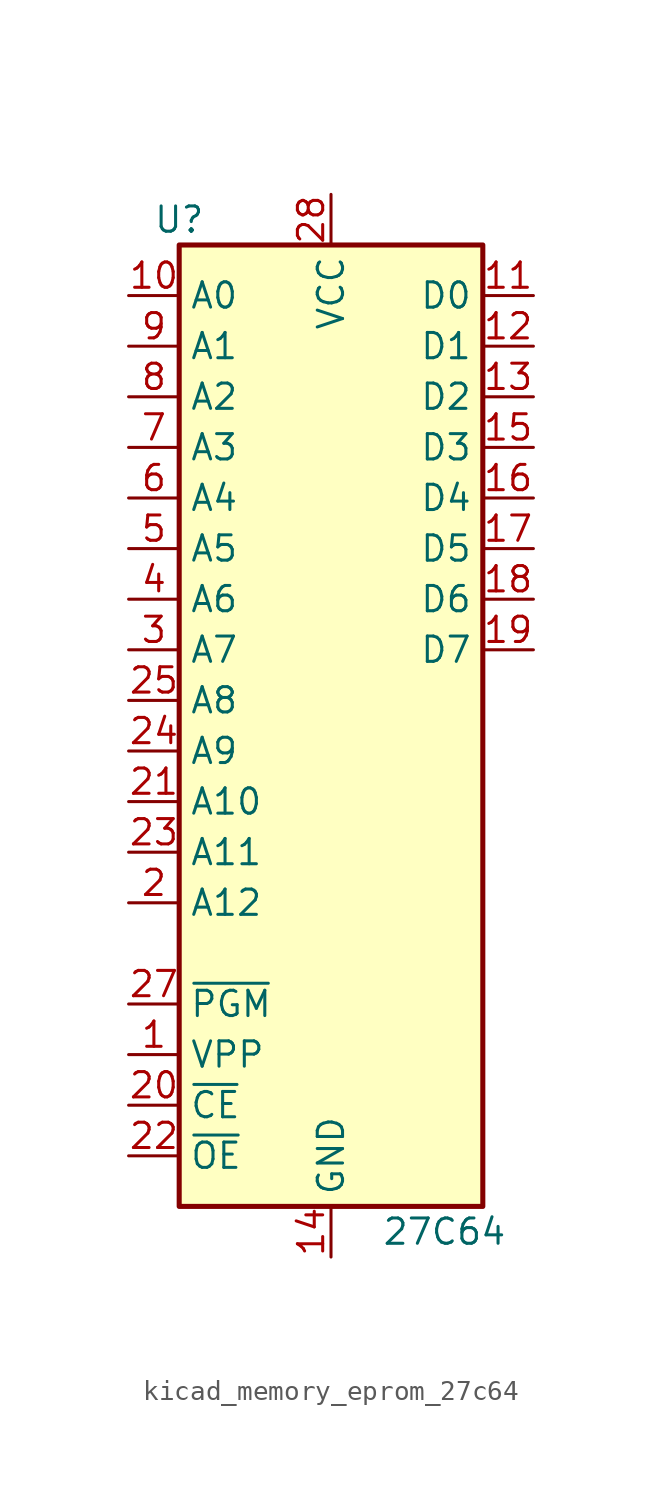
<source format=kicad_sym>
(kicad_symbol_lib
  (version 20220914)
  (generator kicad_symbol_editor)
  (symbol "kicad_memory_eprom_27c64"
    (property "Reference" "U"
      (at -7.62 24.13 0)
      (effects (font (size 1.27 1.27))))
    (property "Value" "27C64"
      (at 2.54 -26.67 0)
      (effects (font (size 1.27 1.27)) (justify left)))
    (symbol "kicad_memory_eprom_27c64_1_1"
      (rectangle (start -7.62 22.86) (end 7.62 -25.4) (stroke (width 0.254) (type default)) (fill (type background)))
      (pin input line (at -10.16 -17.78 0) (length 2.54) (name "VPP" (effects (font (size 1.27 1.27)))) (number "1" (effects (font (size 1.27 1.27)))))
      (pin input line (at -10.16 20.32 0) (length 2.54) (name "A0" (effects (font (size 1.27 1.27)))) (number "10" (effects (font (size 1.27 1.27)))))
      (pin tri_state line (at 10.16 20.32 180) (length 2.54) (name "D0" (effects (font (size 1.27 1.27)))) (number "11" (effects (font (size 1.27 1.27)))))
      (pin tri_state line (at 10.16 17.78 180) (length 2.54) (name "D1" (effects (font (size 1.27 1.27)))) (number "12" (effects (font (size 1.27 1.27)))))
      (pin tri_state line (at 10.16 15.24 180) (length 2.54) (name "D2" (effects (font (size 1.27 1.27)))) (number "13" (effects (font (size 1.27 1.27)))))
      (pin power_in line (at 0 -27.94 90) (length 2.54) (name "GND" (effects (font (size 1.27 1.27)))) (number "14" (effects (font (size 1.27 1.27)))))
      (pin tri_state line (at 10.16 12.7 180) (length 2.54) (name "D3" (effects (font (size 1.27 1.27)))) (number "15" (effects (font (size 1.27 1.27)))))
      (pin tri_state line (at 10.16 10.16 180) (length 2.54) (name "D4" (effects (font (size 1.27 1.27)))) (number "16" (effects (font (size 1.27 1.27)))))
      (pin tri_state line (at 10.16 7.62 180) (length 2.54) (name "D5" (effects (font (size 1.27 1.27)))) (number "17" (effects (font (size 1.27 1.27)))))
      (pin tri_state line (at 10.16 5.08 180) (length 2.54) (name "D6" (effects (font (size 1.27 1.27)))) (number "18" (effects (font (size 1.27 1.27)))))
      (pin tri_state line (at 10.16 2.54 180) (length 2.54) (name "D7" (effects (font (size 1.27 1.27)))) (number "19" (effects (font (size 1.27 1.27)))))
      (pin input line (at -10.16 -10.16 0) (length 2.54) (name "A12" (effects (font (size 1.27 1.27)))) (number "2" (effects (font (size 1.27 1.27)))))
      (pin input line (at -10.16 -20.32 0) (length 2.54) (name "~{CE}" (effects (font (size 1.27 1.27)))) (number "20" (effects (font (size 1.27 1.27)))))
      (pin input line (at -10.16 -5.08 0) (length 2.54) (name "A10" (effects (font (size 1.27 1.27)))) (number "21" (effects (font (size 1.27 1.27)))))
      (pin input line (at -10.16 -22.86 0) (length 2.54) (name "~{OE}" (effects (font (size 1.27 1.27)))) (number "22" (effects (font (size 1.27 1.27)))))
      (pin input line (at -10.16 -7.62 0) (length 2.54) (name "A11" (effects (font (size 1.27 1.27)))) (number "23" (effects (font (size 1.27 1.27)))))
      (pin input line (at -10.16 -2.54 0) (length 2.54) (name "A9" (effects (font (size 1.27 1.27)))) (number "24" (effects (font (size 1.27 1.27)))))
      (pin input line (at -10.16 0 0) (length 2.54) (name "A8" (effects (font (size 1.27 1.27)))) (number "25" (effects (font (size 1.27 1.27)))))
      (pin no_connect line (at 7.62 0 180) (length 2.54) hide (name "NC" (effects (font (size 1.27 1.27)))) (number "26" (effects (font (size 1.27 1.27)))))
      (pin input line (at -10.16 -15.24 0) (length 2.54) (name "~{PGM}" (effects (font (size 1.27 1.27)))) (number "27" (effects (font (size 1.27 1.27)))))
      (pin power_in line (at 0 25.4 270) (length 2.54) (name "VCC" (effects (font (size 1.27 1.27)))) (number "28" (effects (font (size 1.27 1.27)))))
      (pin input line (at -10.16 2.54 0) (length 2.54) (name "A7" (effects (font (size 1.27 1.27)))) (number "3" (effects (font (size 1.27 1.27)))))
      (pin input line (at -10.16 5.08 0) (length 2.54) (name "A6" (effects (font (size 1.27 1.27)))) (number "4" (effects (font (size 1.27 1.27)))))
      (pin input line (at -10.16 7.62 0) (length 2.54) (name "A5" (effects (font (size 1.27 1.27)))) (number "5" (effects (font (size 1.27 1.27)))))
      (pin input line (at -10.16 10.16 0) (length 2.54) (name "A4" (effects (font (size 1.27 1.27)))) (number "6" (effects (font (size 1.27 1.27)))))
      (pin input line (at -10.16 12.7 0) (length 2.54) (name "A3" (effects (font (size 1.27 1.27)))) (number "7" (effects (font (size 1.27 1.27)))))
      (pin input line (at -10.16 15.24 0) (length 2.54) (name "A2" (effects (font (size 1.27 1.27)))) (number "8" (effects (font (size 1.27 1.27)))))
      (pin input line (at -10.16 17.78 0) (length 2.54) (name "A1" (effects (font (size 1.27 1.27)))) (number "9" (effects (font (size 1.27 1.27))))))))
</source>
